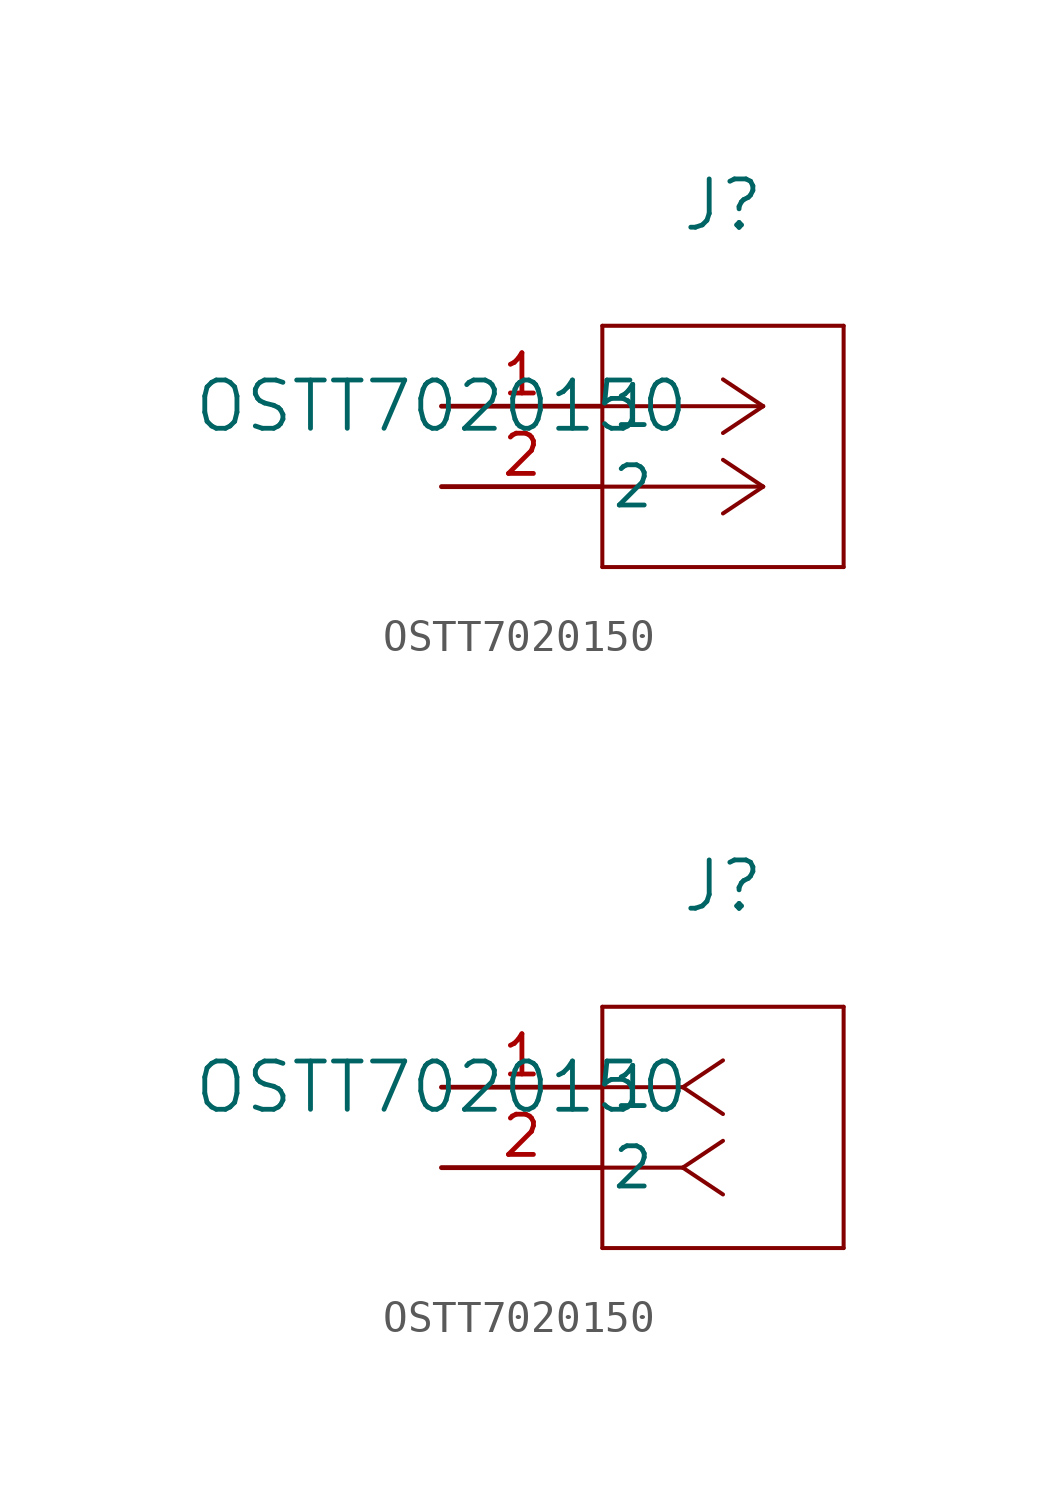
<source format=kicad_sym>
(kicad_symbol_lib
  (version 20211014)
  (generator kicad_symbol_editor)
  (symbol "OSTT7020150"
    (pin_names
      (offset 0.254))
    (property "Reference" "J"
      (at 8.89 6.35 0)
      (effects (font (size 1.524 1.524))))
    (property "Value" "OSTT7020150"
      (at 0 0 0)
      (effects (font (size 1.524 1.524))))
    (symbol "OSTT7020150_1_1"
      (polyline (pts (xy 10.16 0) (xy 5.08 0)) (stroke (width 0.127) (type default) (color 0 0 0 0)) (fill (type none)))
      (polyline (pts (xy 10.16 -2.54) (xy 5.08 -2.54)) (stroke (width 0.127) (type default) (color 0 0 0 0)) (fill (type none)))
      (polyline (pts (xy 10.16 0) (xy 8.89 0.847)) (stroke (width 0.127) (type default) (color 0 0 0 0)) (fill (type none)))
      (polyline (pts (xy 10.16 -2.54) (xy 8.89 -1.693)) (stroke (width 0.127) (type default) (color 0 0 0 0)) (fill (type none)))
      (polyline (pts (xy 10.16 0) (xy 8.89 -0.847)) (stroke (width 0.127) (type default) (color 0 0 0 0)) (fill (type none)))
      (polyline (pts (xy 10.16 -2.54) (xy 8.89 -3.387)) (stroke (width 0.127) (type default) (color 0 0 0 0)) (fill (type none)))
      (polyline (pts (xy 5.08 2.54) (xy 5.08 -5.08)) (stroke (width 0.127) (type default) (color 0 0 0 0)) (fill (type none)))
      (polyline (pts (xy 5.08 -5.08) (xy 12.7 -5.08)) (stroke (width 0.127) (type default) (color 0 0 0 0)) (fill (type none)))
      (polyline (pts (xy 12.7 -5.08) (xy 12.7 2.54)) (stroke (width 0.127) (type default) (color 0 0 0 0)) (fill (type none)))
      (polyline (pts (xy 12.7 2.54) (xy 5.08 2.54)) (stroke (width 0.127) (type default) (color 0 0 0 0)) (fill (type none)))
      (pin unspecified line (at 0 0 0) (length 5.08) (name "1" (effects (font (size 1.27 1.27)))) (number "1" (effects (font (size 1.27 1.27)))))
      (pin unspecified line (at 0 -2.54 0) (length 5.08) (name "2" (effects (font (size 1.27 1.27)))) (number "2" (effects (font (size 1.27 1.27))))))
    (symbol "OSTT7020150_1_2"
      (polyline (pts (xy 7.62 0) (xy 5.08 0)) (stroke (width 0.127) (type default) (color 0 0 0 0)) (fill (type none)))
      (polyline (pts (xy 7.62 -2.54) (xy 5.08 -2.54)) (stroke (width 0.127) (type default) (color 0 0 0 0)) (fill (type none)))
      (polyline (pts (xy 7.62 0) (xy 8.89 0.847)) (stroke (width 0.127) (type default) (color 0 0 0 0)) (fill (type none)))
      (polyline (pts (xy 7.62 -2.54) (xy 8.89 -1.693)) (stroke (width 0.127) (type default) (color 0 0 0 0)) (fill (type none)))
      (polyline (pts (xy 7.62 0) (xy 8.89 -0.847)) (stroke (width 0.127) (type default) (color 0 0 0 0)) (fill (type none)))
      (polyline (pts (xy 7.62 -2.54) (xy 8.89 -3.387)) (stroke (width 0.127) (type default) (color 0 0 0 0)) (fill (type none)))
      (polyline (pts (xy 5.08 2.54) (xy 5.08 -5.08)) (stroke (width 0.127) (type default) (color 0 0 0 0)) (fill (type none)))
      (polyline (pts (xy 5.08 -5.08) (xy 12.7 -5.08)) (stroke (width 0.127) (type default) (color 0 0 0 0)) (fill (type none)))
      (polyline (pts (xy 12.7 -5.08) (xy 12.7 2.54)) (stroke (width 0.127) (type default) (color 0 0 0 0)) (fill (type none)))
      (polyline (pts (xy 12.7 2.54) (xy 5.08 2.54)) (stroke (width 0.127) (type default) (color 0 0 0 0)) (fill (type none)))
      (pin unspecified line (at 0 0 0) (length 5.08) (name "1" (effects (font (size 1.27 1.27)))) (number "1" (effects (font (size 1.27 1.27)))))
      (pin unspecified line (at 0 -2.54 0) (length 5.08) (name "2" (effects (font (size 1.27 1.27)))) (number "2" (effects (font (size 1.27 1.27))))))))
</source>
